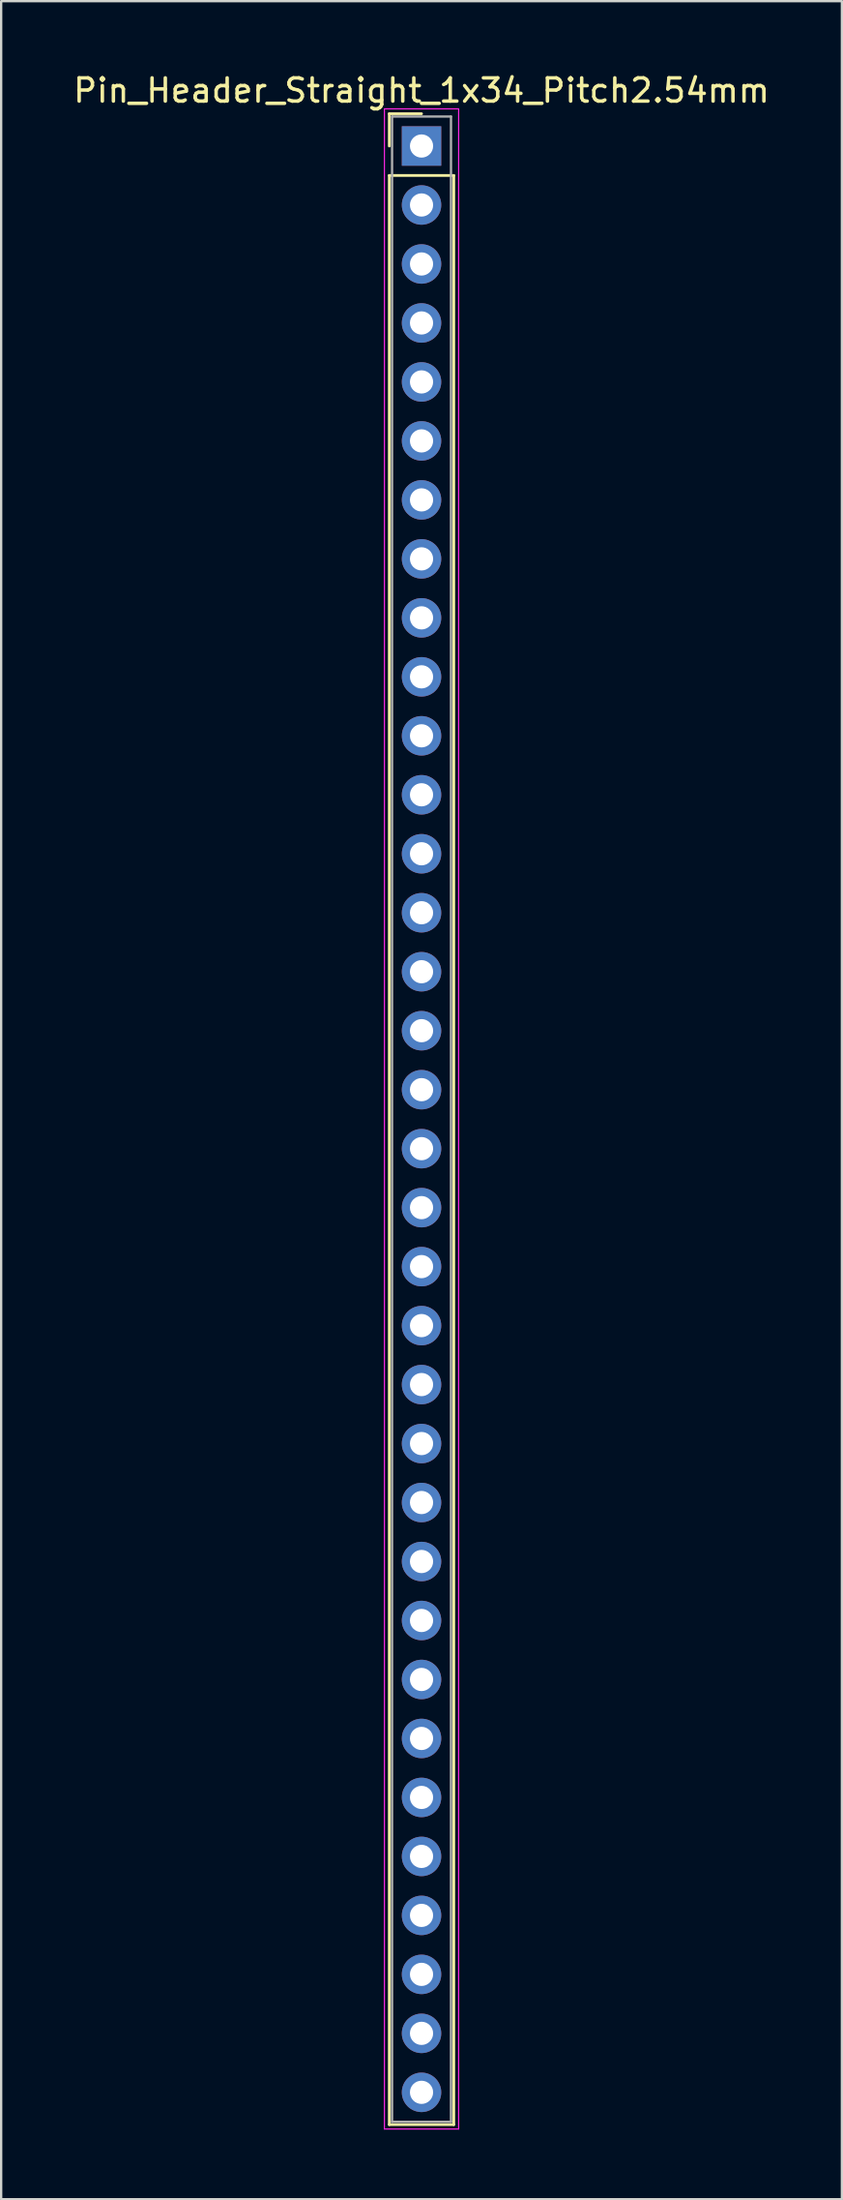
<source format=kicad_pcb>
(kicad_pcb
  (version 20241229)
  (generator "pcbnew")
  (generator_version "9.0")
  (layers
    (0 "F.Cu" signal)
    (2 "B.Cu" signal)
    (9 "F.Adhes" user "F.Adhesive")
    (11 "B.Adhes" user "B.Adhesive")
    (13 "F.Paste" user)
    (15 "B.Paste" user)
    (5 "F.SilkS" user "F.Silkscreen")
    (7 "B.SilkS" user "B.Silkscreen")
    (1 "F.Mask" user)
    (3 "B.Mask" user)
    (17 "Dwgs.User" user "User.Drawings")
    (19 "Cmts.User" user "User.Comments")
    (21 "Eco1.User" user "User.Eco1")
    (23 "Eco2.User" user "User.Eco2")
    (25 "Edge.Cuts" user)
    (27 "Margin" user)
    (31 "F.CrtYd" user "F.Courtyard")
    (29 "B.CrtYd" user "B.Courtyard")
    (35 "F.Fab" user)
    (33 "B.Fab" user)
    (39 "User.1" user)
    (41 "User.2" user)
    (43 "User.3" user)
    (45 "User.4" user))
  (footprint "Pin_Header_Straight_1x34_Pitch2.54mm"
    (layer "F.Cu")
    (at 15.125 3.238)
    (property "Reference" "Pin_Header_Straight_1x34_Pitch2.54mm" (at 0 -2.39 0) (layer "F.SilkS") (effects (font (size 1 1) (thickness 0.15))))
    (attr through_hole)
    (fp_line (start -1.39 -1.39) (end 0 -1.39) (stroke (width 0.12) (type solid)) (layer "F.SilkS"))
    (fp_line (start -1.39 0) (end -1.39 -1.39) (stroke (width 0.12) (type solid)) (layer "F.SilkS"))
    (fp_line (start -1.39 1.27) (end -1.39 85.21) (stroke (width 0.12) (type solid)) (layer "F.SilkS"))
    (fp_line (start -1.39 85.21) (end 1.39 85.21) (stroke (width 0.12) (type solid)) (layer "F.SilkS"))
    (fp_line (start 1.39 1.27) (end -1.39 1.27) (stroke (width 0.12) (type solid)) (layer "F.SilkS"))
    (fp_line (start 1.39 85.21) (end 1.39 1.27) (stroke (width 0.12) (type solid)) (layer "F.SilkS"))
    (fp_line (start -1.6 -1.6) (end -1.6 85.4) (stroke (width 0.05) (type solid)) (layer "F.CrtYd"))
    (fp_line (start -1.6 85.4) (end 1.6 85.4) (stroke (width 0.05) (type solid)) (layer "F.CrtYd"))
    (fp_line (start 1.6 -1.6) (end -1.6 -1.6) (stroke (width 0.05) (type solid)) (layer "F.CrtYd"))
    (fp_line (start 1.6 85.4) (end 1.6 -1.6) (stroke (width 0.05) (type solid)) (layer "F.CrtYd"))
    (fp_line (start -1.27 -1.27) (end -1.27 85.09) (stroke (width 0.1) (type solid)) (layer "F.Fab"))
    (fp_line (start -1.27 85.09) (end 1.27 85.09) (stroke (width 0.1) (type solid)) (layer "F.Fab"))
    (fp_line (start 1.27 -1.27) (end -1.27 -1.27) (stroke (width 0.1) (type solid)) (layer "F.Fab"))
    (fp_line (start 1.27 85.09) (end 1.27 -1.27) (stroke (width 0.1) (type solid)) (layer "F.Fab"))
    (pad "1" thru_hole rect (at 0 0) (size 1.7 1.7) (drill 1) (layers "*.Cu" "*.Mask"))
    (pad "2" thru_hole oval (at 0 2.54) (size 1.7 1.7) (drill 1) (layers "*.Cu" "*.Mask"))
    (pad "3" thru_hole oval (at 0 5.08) (size 1.7 1.7) (drill 1) (layers "*.Cu" "*.Mask"))
    (pad "4" thru_hole oval (at 0 7.62) (size 1.7 1.7) (drill 1) (layers "*.Cu" "*.Mask"))
    (pad "5" thru_hole oval (at 0 10.16) (size 1.7 1.7) (drill 1) (layers "*.Cu" "*.Mask"))
    (pad "6" thru_hole oval (at 0 12.7) (size 1.7 1.7) (drill 1) (layers "*.Cu" "*.Mask"))
    (pad "7" thru_hole oval (at 0 15.24) (size 1.7 1.7) (drill 1) (layers "*.Cu" "*.Mask"))
    (pad "8" thru_hole oval (at 0 17.78) (size 1.7 1.7) (drill 1) (layers "*.Cu" "*.Mask"))
    (pad "9" thru_hole oval (at 0 20.32) (size 1.7 1.7) (drill 1) (layers "*.Cu" "*.Mask"))
    (pad "10" thru_hole oval (at 0 22.86) (size 1.7 1.7) (drill 1) (layers "*.Cu" "*.Mask"))
    (pad "11" thru_hole oval (at 0 25.4) (size 1.7 1.7) (drill 1) (layers "*.Cu" "*.Mask"))
    (pad "12" thru_hole oval (at 0 27.94) (size 1.7 1.7) (drill 1) (layers "*.Cu" "*.Mask"))
    (pad "13" thru_hole oval (at 0 30.48) (size 1.7 1.7) (drill 1) (layers "*.Cu" "*.Mask"))
    (pad "14" thru_hole oval (at 0 33.02) (size 1.7 1.7) (drill 1) (layers "*.Cu" "*.Mask"))
    (pad "15" thru_hole oval (at 0 35.56) (size 1.7 1.7) (drill 1) (layers "*.Cu" "*.Mask"))
    (pad "16" thru_hole oval (at 0 38.1) (size 1.7 1.7) (drill 1) (layers "*.Cu" "*.Mask"))
    (pad "17" thru_hole oval (at 0 40.64) (size 1.7 1.7) (drill 1) (layers "*.Cu" "*.Mask"))
    (pad "18" thru_hole oval (at 0 43.18) (size 1.7 1.7) (drill 1) (layers "*.Cu" "*.Mask"))
    (pad "19" thru_hole oval (at 0 45.72) (size 1.7 1.7) (drill 1) (layers "*.Cu" "*.Mask"))
    (pad "20" thru_hole oval (at 0 48.26) (size 1.7 1.7) (drill 1) (layers "*.Cu" "*.Mask"))
    (pad "21" thru_hole oval (at 0 50.8) (size 1.7 1.7) (drill 1) (layers "*.Cu" "*.Mask"))
    (pad "22" thru_hole oval (at 0 53.34) (size 1.7 1.7) (drill 1) (layers "*.Cu" "*.Mask"))
    (pad "23" thru_hole oval (at 0 55.88) (size 1.7 1.7) (drill 1) (layers "*.Cu" "*.Mask"))
    (pad "24" thru_hole oval (at 0 58.42) (size 1.7 1.7) (drill 1) (layers "*.Cu" "*.Mask"))
    (pad "25" thru_hole oval (at 0 60.96) (size 1.7 1.7) (drill 1) (layers "*.Cu" "*.Mask"))
    (pad "26" thru_hole oval (at 0 63.5) (size 1.7 1.7) (drill 1) (layers "*.Cu" "*.Mask"))
    (pad "27" thru_hole oval (at 0 66.04) (size 1.7 1.7) (drill 1) (layers "*.Cu" "*.Mask"))
    (pad "28" thru_hole oval (at 0 68.58) (size 1.7 1.7) (drill 1) (layers "*.Cu" "*.Mask"))
    (pad "29" thru_hole oval (at 0 71.12) (size 1.7 1.7) (drill 1) (layers "*.Cu" "*.Mask"))
    (pad "30" thru_hole oval (at 0 73.66) (size 1.7 1.7) (drill 1) (layers "*.Cu" "*.Mask"))
    (pad "31" thru_hole oval (at 0 76.2) (size 1.7 1.7) (drill 1) (layers "*.Cu" "*.Mask"))
    (pad "32" thru_hole oval (at 0 78.74) (size 1.7 1.7) (drill 1) (layers "*.Cu" "*.Mask"))
    (pad "33" thru_hole oval (at 0 81.28) (size 1.7 1.7) (drill 1) (layers "*.Cu" "*.Mask"))
    (pad "34" thru_hole oval (at 0 83.82) (size 1.7 1.7) (drill 1) (layers "*.Cu" "*.Mask")))
  (gr_rect
    (start -3 -3)
    (end 33.25 91.663)
    (stroke (width 0.1) (type default))
    (fill no)
    (layer "Edge.Cuts")))
</source>
